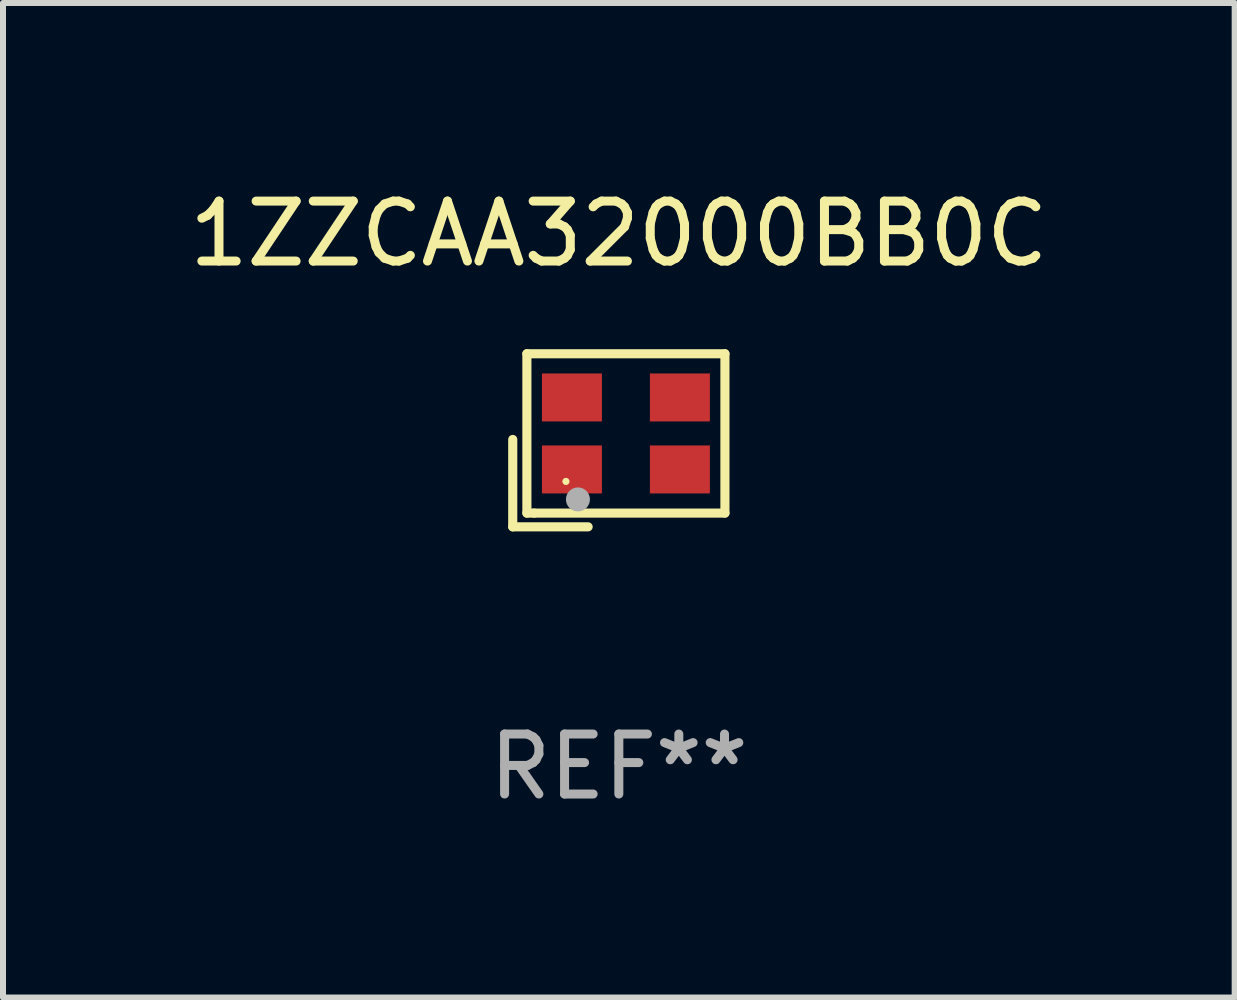
<source format=kicad_pcb>
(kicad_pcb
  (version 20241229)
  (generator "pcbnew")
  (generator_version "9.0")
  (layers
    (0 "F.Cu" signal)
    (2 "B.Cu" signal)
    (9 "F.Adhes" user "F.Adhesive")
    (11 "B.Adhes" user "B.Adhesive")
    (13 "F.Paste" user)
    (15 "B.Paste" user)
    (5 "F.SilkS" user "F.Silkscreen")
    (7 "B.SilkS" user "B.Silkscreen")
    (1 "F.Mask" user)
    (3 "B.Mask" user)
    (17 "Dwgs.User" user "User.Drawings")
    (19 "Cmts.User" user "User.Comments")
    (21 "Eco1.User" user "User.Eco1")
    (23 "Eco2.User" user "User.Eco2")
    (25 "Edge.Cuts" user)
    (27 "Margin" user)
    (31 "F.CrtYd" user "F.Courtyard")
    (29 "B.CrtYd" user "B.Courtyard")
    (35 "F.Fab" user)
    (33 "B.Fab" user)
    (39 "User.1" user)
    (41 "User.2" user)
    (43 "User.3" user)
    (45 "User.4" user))
  (footprint "1ZZCAA32000BB0C"
    (layer "F.Cu")
    (at 7.268 4.291)
    (property "Reference" "1ZZCAA32000BB0C" (at 0 -3.443 0) (layer "F.SilkS") (effects (font (size 1 1) (thickness 0.15))))
    (attr through_hole)
    (fp_line (start -1.769 -0.014) (end -1.769 1.443) (stroke (width 0.152) (type solid)) (layer "F.SilkS"))
    (fp_line (start -1.769 1.443) (end -0.512 1.443) (stroke (width 0.152) (type solid)) (layer "F.SilkS"))
    (fp_line (start -1.533 -1.443) (end 1.769 -1.443) (stroke (width 0.152) (type solid)) (layer "F.SilkS"))
    (fp_line (start -1.533 1.214) (end -1.533 -1.443) (stroke (width 0.152) (type solid)) (layer "F.SilkS"))
    (fp_line (start -1.411 1.214) (end -1.533 1.214) (stroke (width 0.152) (type solid)) (layer "F.SilkS"))
    (fp_line (start 1.769 -1.443) (end 1.769 1.214) (stroke (width 0.152) (type solid)) (layer "F.SilkS"))
    (fp_line (start 1.769 1.214) (end -1.411 1.214) (stroke (width 0.152) (type solid)) (layer "F.SilkS"))
    (fp_circle (center -0.882 0.686) (end -0.852 0.686) (stroke (width 0.06) (type solid)) (fill no) (layer "F.SilkS"))
    (fp_circle (center -0.682 0.986) (end -0.582 0.986) (stroke (width 0.2) (type solid)) (fill no) (layer "F.Fab"))
    (fp_text user "REF**" (at 0 5.443 0) (layer "F.Fab") (effects (font (size 1 1) (thickness 0.15))))
    (pad "1" smd rect (at -0.782 0.486 90) (size 0.8 1) (layers "F.Cu" "F.Mask" "F.Paste"))
    (pad "2" smd rect (at 1.018 0.486 90) (size 0.8 1) (layers "F.Cu" "F.Mask" "F.Paste"))
    (pad "3" smd rect (at 1.018 -0.714 90) (size 0.8 1) (layers "F.Cu" "F.Mask" "F.Paste"))
    (pad "4" smd rect (at -0.782 -0.714 90) (size 0.8 1) (layers "F.Cu" "F.Mask" "F.Paste")))
  (gr_rect
    (start -3 -3)
    (end 17.536 13.582)
    (stroke (width 0.1) (type default))
    (fill no)
    (layer "Edge.Cuts")))
</source>
